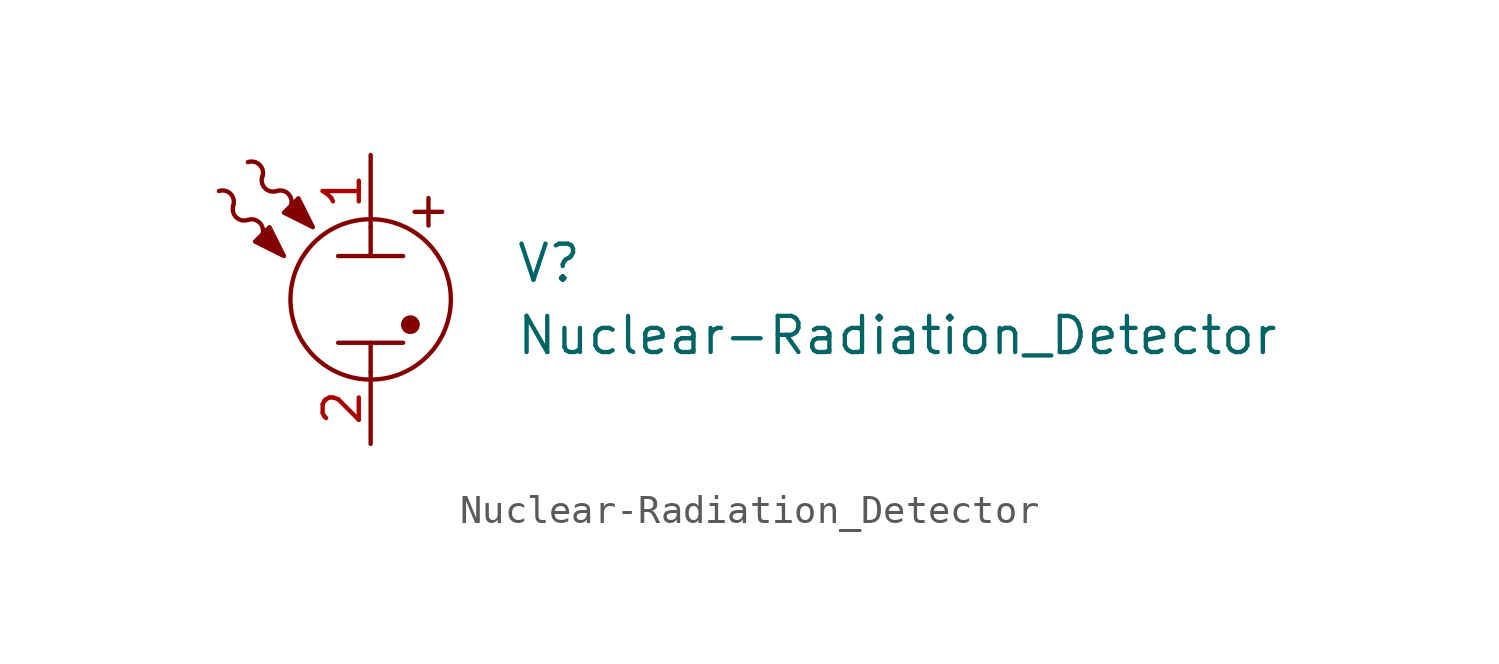
<source format=kicad_sym>
(kicad_symbol_lib
  (version 20200908)
  (generator kicad_symbol_editor)
  (symbol "Sensor:Nuclear-Radiation_Detector"
    (pin_names
      (offset 0) hide)
    (property "Reference" "V"
      (at 5.08 1.27 0)
      (effects (font (size 1.27 1.27)) (justify left)))
    (property "Value" "Nuclear-Radiation_Detector"
      (at 5.08 -1.27 0)
      (effects (font (size 1.27 1.27)) (justify left)))
    (symbol "Nuclear-Radiation_Detector_0_1"
      (arc (start -2.794 3.302) (end -3.302 3.81) (radius (at -3.175 3.429) (length 0.4064) (angles -18.4 108.4)) (stroke (width 0)) (fill (type none)))
      (circle (center 0 0) (radius 2.819) (stroke (width 0)) (fill (type none)))
      (circle (center 1.397 -0.889) (radius 0.254) (stroke (width 0)) (fill (type outline)))
      (polyline (pts (xy -1.143 -1.524) (xy 1.143 -1.524)) (stroke (width 0)) (fill (type none)))
      (polyline (pts (xy -1.143 1.524) (xy 1.143 1.524)) (stroke (width 0)) (fill (type none)))
      (polyline (pts (xy 0 -1.524) (xy 0 -2.54)) (stroke (width 0)) (fill (type none)))
      (polyline (pts (xy 0 2.54) (xy 0 1.524)) (stroke (width 0)) (fill (type none)))
      (polyline (pts (xy -2.54 3.556) (xy -3.048 3.048) (xy -2.032 2.54) (xy -2.54 3.556)) (stroke (width 0)) (fill (type outline))))
    (symbol "Nuclear-Radiation_Detector_1_1"
      (arc (start -4.826 3.302) (end -5.334 3.81) (radius (at -5.207 3.429) (length 0.4064) (angles -18.4 108.4)) (stroke (width 0)) (fill (type none)))
      (arc (start -4.826 3.302) (end -4.318 2.794) (radius (at -4.445 3.175) (length 0.4064) (angles 161.6 -71.6)) (stroke (width 0)) (fill (type none)))
      (arc (start -3.81 2.286) (end -4.318 2.794) (radius (at -4.191 2.413) (length 0.4064) (angles -18.4 108.4)) (stroke (width 0)) (fill (type none)))
      (arc (start -3.81 4.318) (end -4.318 4.826) (radius (at -4.191 4.445) (length 0.4064) (angles -18.4 108.4)) (stroke (width 0)) (fill (type none)))
      (arc (start -3.81 4.318) (end -3.302 3.81) (radius (at -3.429 4.191) (length 0.4064) (angles 161.6 -71.6)) (stroke (width 0)) (fill (type none)))
      (polyline (pts (xy -3.556 2.54) (xy -4.064 2.032) (xy -3.048 1.524) (xy -3.556 2.54)) (stroke (width 0)) (fill (type outline)))
      (pin passive line (at 0 5.08 270) (length 2.54) (name "1" (effects (font (size 1.27 1.27)))) (number "1" (effects (font (size 1.27 1.27)))))
      (pin passive line (at 0 -5.08 90) (length 2.54) (name "2" (effects (font (size 1.27 1.27)))) (number "2" (effects (font (size 1.27 1.27))))))
    (symbol "Nuclear-Radiation_Detector_0_0"
      (text "+" (at 2.032 3.175 0) (effects (font (size 1.27 1.27)))))))
</source>
